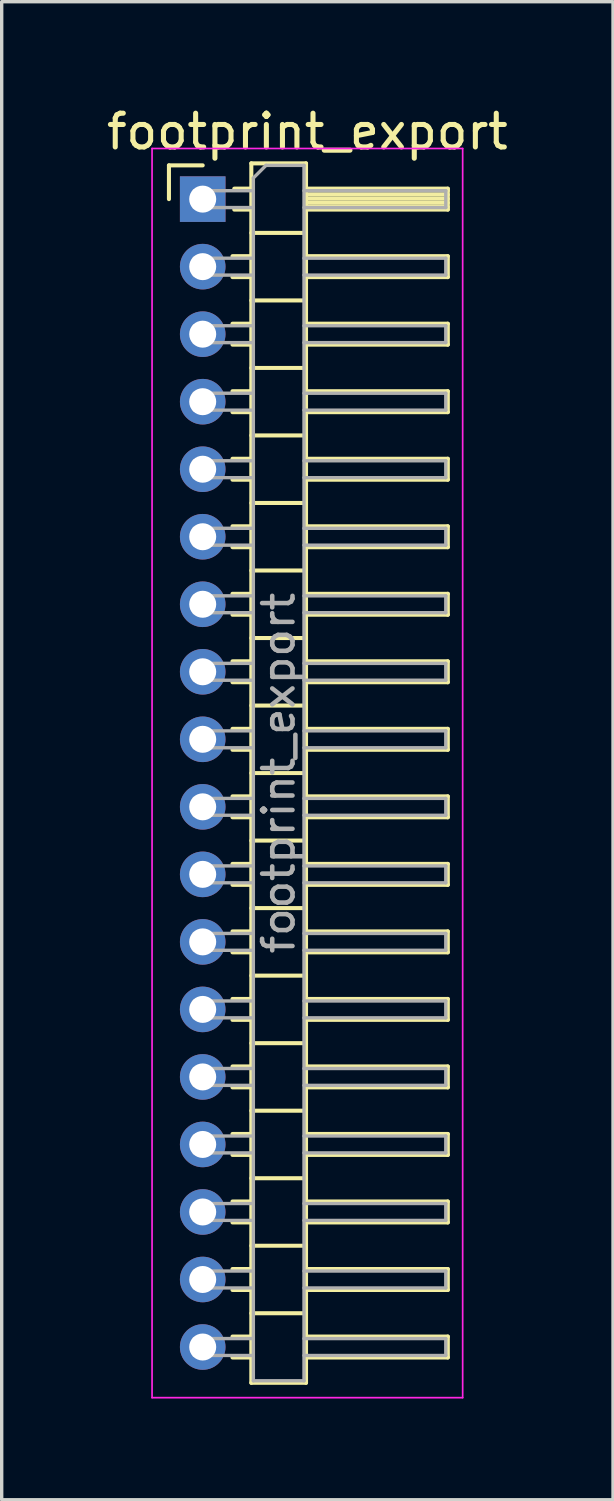
<source format=kicad_pcb>
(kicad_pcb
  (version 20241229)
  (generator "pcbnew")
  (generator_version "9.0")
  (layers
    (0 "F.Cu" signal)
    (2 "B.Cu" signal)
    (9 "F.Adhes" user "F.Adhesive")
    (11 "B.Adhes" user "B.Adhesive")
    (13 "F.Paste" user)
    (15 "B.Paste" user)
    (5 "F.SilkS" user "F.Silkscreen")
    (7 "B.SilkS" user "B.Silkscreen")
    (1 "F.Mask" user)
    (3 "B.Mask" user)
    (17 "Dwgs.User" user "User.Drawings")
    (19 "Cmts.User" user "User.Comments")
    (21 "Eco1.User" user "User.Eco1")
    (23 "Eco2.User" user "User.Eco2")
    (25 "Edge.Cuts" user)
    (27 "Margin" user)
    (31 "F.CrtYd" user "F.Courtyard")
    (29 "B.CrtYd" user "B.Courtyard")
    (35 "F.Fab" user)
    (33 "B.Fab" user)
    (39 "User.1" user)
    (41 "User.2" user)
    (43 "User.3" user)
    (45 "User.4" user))
  (footprint "footprint_export"
    (layer "F.Cu")
    (at 2.954 2.848)
    (property "Reference" "footprint_export" (at 3.1 -2 0) (layer "F.SilkS") (effects (font (size 1 1) (thickness 0.15))))
    (attr through_hole)
    (fp_line (start -1 -1) (end 0 -1) (stroke (width 0.12) (type solid)) (layer "F.SilkS"))
    (fp_line (start -1 0) (end -1 -1) (stroke (width 0.12) (type solid)) (layer "F.SilkS"))
    (fp_line (start 0.882 1.69) (end 1.44 1.69) (stroke (width 0.12) (type solid)) (layer "F.SilkS"))
    (fp_line (start 0.882 2.31) (end 1.44 2.31) (stroke (width 0.12) (type solid)) (layer "F.SilkS"))
    (fp_line (start 0.882 3.69) (end 1.44 3.69) (stroke (width 0.12) (type solid)) (layer "F.SilkS"))
    (fp_line (start 0.882 4.31) (end 1.44 4.31) (stroke (width 0.12) (type solid)) (layer "F.SilkS"))
    (fp_line (start 0.882 5.69) (end 1.44 5.69) (stroke (width 0.12) (type solid)) (layer "F.SilkS"))
    (fp_line (start 0.882 6.31) (end 1.44 6.31) (stroke (width 0.12) (type solid)) (layer "F.SilkS"))
    (fp_line (start 0.882 7.69) (end 1.44 7.69) (stroke (width 0.12) (type solid)) (layer "F.SilkS"))
    (fp_line (start 0.882 8.31) (end 1.44 8.31) (stroke (width 0.12) (type solid)) (layer "F.SilkS"))
    (fp_line (start 0.882 9.69) (end 1.44 9.69) (stroke (width 0.12) (type solid)) (layer "F.SilkS"))
    (fp_line (start 0.882 10.31) (end 1.44 10.31) (stroke (width 0.12) (type solid)) (layer "F.SilkS"))
    (fp_line (start 0.882 11.69) (end 1.44 11.69) (stroke (width 0.12) (type solid)) (layer "F.SilkS"))
    (fp_line (start 0.882 12.31) (end 1.44 12.31) (stroke (width 0.12) (type solid)) (layer "F.SilkS"))
    (fp_line (start 0.882 13.69) (end 1.44 13.69) (stroke (width 0.12) (type solid)) (layer "F.SilkS"))
    (fp_line (start 0.882 14.31) (end 1.44 14.31) (stroke (width 0.12) (type solid)) (layer "F.SilkS"))
    (fp_line (start 0.882 15.69) (end 1.44 15.69) (stroke (width 0.12) (type solid)) (layer "F.SilkS"))
    (fp_line (start 0.882 16.31) (end 1.44 16.31) (stroke (width 0.12) (type solid)) (layer "F.SilkS"))
    (fp_line (start 0.882 17.69) (end 1.44 17.69) (stroke (width 0.12) (type solid)) (layer "F.SilkS"))
    (fp_line (start 0.882 18.31) (end 1.44 18.31) (stroke (width 0.12) (type solid)) (layer "F.SilkS"))
    (fp_line (start 0.882 19.69) (end 1.44 19.69) (stroke (width 0.12) (type solid)) (layer "F.SilkS"))
    (fp_line (start 0.882 20.31) (end 1.44 20.31) (stroke (width 0.12) (type solid)) (layer "F.SilkS"))
    (fp_line (start 0.882 21.69) (end 1.44 21.69) (stroke (width 0.12) (type solid)) (layer "F.SilkS"))
    (fp_line (start 0.882 22.31) (end 1.44 22.31) (stroke (width 0.12) (type solid)) (layer "F.SilkS"))
    (fp_line (start 0.882 23.69) (end 1.44 23.69) (stroke (width 0.12) (type solid)) (layer "F.SilkS"))
    (fp_line (start 0.882 24.31) (end 1.44 24.31) (stroke (width 0.12) (type solid)) (layer "F.SilkS"))
    (fp_line (start 0.882 25.69) (end 1.44 25.69) (stroke (width 0.12) (type solid)) (layer "F.SilkS"))
    (fp_line (start 0.882 26.31) (end 1.44 26.31) (stroke (width 0.12) (type solid)) (layer "F.SilkS"))
    (fp_line (start 0.882 27.69) (end 1.44 27.69) (stroke (width 0.12) (type solid)) (layer "F.SilkS"))
    (fp_line (start 0.882 28.31) (end 1.44 28.31) (stroke (width 0.12) (type solid)) (layer "F.SilkS"))
    (fp_line (start 0.882 29.69) (end 1.44 29.69) (stroke (width 0.12) (type solid)) (layer "F.SilkS"))
    (fp_line (start 0.882 30.31) (end 1.44 30.31) (stroke (width 0.12) (type solid)) (layer "F.SilkS"))
    (fp_line (start 0.882 31.69) (end 1.44 31.69) (stroke (width 0.12) (type solid)) (layer "F.SilkS"))
    (fp_line (start 0.882 32.31) (end 1.44 32.31) (stroke (width 0.12) (type solid)) (layer "F.SilkS"))
    (fp_line (start 0.882 33.69) (end 1.44 33.69) (stroke (width 0.12) (type solid)) (layer "F.SilkS"))
    (fp_line (start 0.882 34.31) (end 1.44 34.31) (stroke (width 0.12) (type solid)) (layer "F.SilkS"))
    (fp_line (start 0.935 -0.31) (end 1.44 -0.31) (stroke (width 0.12) (type solid)) (layer "F.SilkS"))
    (fp_line (start 0.935 0.31) (end 1.44 0.31) (stroke (width 0.12) (type solid)) (layer "F.SilkS"))
    (fp_line (start 1.44 -1.06) (end 1.44 35.06) (stroke (width 0.12) (type solid)) (layer "F.SilkS"))
    (fp_line (start 1.44 1) (end 3.06 1) (stroke (width 0.12) (type solid)) (layer "F.SilkS"))
    (fp_line (start 1.44 3) (end 3.06 3) (stroke (width 0.12) (type solid)) (layer "F.SilkS"))
    (fp_line (start 1.44 5) (end 3.06 5) (stroke (width 0.12) (type solid)) (layer "F.SilkS"))
    (fp_line (start 1.44 7) (end 3.06 7) (stroke (width 0.12) (type solid)) (layer "F.SilkS"))
    (fp_line (start 1.44 9) (end 3.06 9) (stroke (width 0.12) (type solid)) (layer "F.SilkS"))
    (fp_line (start 1.44 11) (end 3.06 11) (stroke (width 0.12) (type solid)) (layer "F.SilkS"))
    (fp_line (start 1.44 13) (end 3.06 13) (stroke (width 0.12) (type solid)) (layer "F.SilkS"))
    (fp_line (start 1.44 15) (end 3.06 15) (stroke (width 0.12) (type solid)) (layer "F.SilkS"))
    (fp_line (start 1.44 17) (end 3.06 17) (stroke (width 0.12) (type solid)) (layer "F.SilkS"))
    (fp_line (start 1.44 19) (end 3.06 19) (stroke (width 0.12) (type solid)) (layer "F.SilkS"))
    (fp_line (start 1.44 21) (end 3.06 21) (stroke (width 0.12) (type solid)) (layer "F.SilkS"))
    (fp_line (start 1.44 23) (end 3.06 23) (stroke (width 0.12) (type solid)) (layer "F.SilkS"))
    (fp_line (start 1.44 25) (end 3.06 25) (stroke (width 0.12) (type solid)) (layer "F.SilkS"))
    (fp_line (start 1.44 27) (end 3.06 27) (stroke (width 0.12) (type solid)) (layer "F.SilkS"))
    (fp_line (start 1.44 29) (end 3.06 29) (stroke (width 0.12) (type solid)) (layer "F.SilkS"))
    (fp_line (start 1.44 31) (end 3.06 31) (stroke (width 0.12) (type solid)) (layer "F.SilkS"))
    (fp_line (start 1.44 33) (end 3.06 33) (stroke (width 0.12) (type solid)) (layer "F.SilkS"))
    (fp_line (start 1.44 35.06) (end 3.06 35.06) (stroke (width 0.12) (type solid)) (layer "F.SilkS"))
    (fp_line (start 3.06 -1.06) (end 1.44 -1.06) (stroke (width 0.12) (type solid)) (layer "F.SilkS"))
    (fp_line (start 3.06 -0.31) (end 7.26 -0.31) (stroke (width 0.12) (type solid)) (layer "F.SilkS"))
    (fp_line (start 3.06 -0.25) (end 7.26 -0.25) (stroke (width 0.12) (type solid)) (layer "F.SilkS"))
    (fp_line (start 3.06 -0.13) (end 7.26 -0.13) (stroke (width 0.12) (type solid)) (layer "F.SilkS"))
    (fp_line (start 3.06 -0.01) (end 7.26 -0.01) (stroke (width 0.12) (type solid)) (layer "F.SilkS"))
    (fp_line (start 3.06 0.11) (end 7.26 0.11) (stroke (width 0.12) (type solid)) (layer "F.SilkS"))
    (fp_line (start 3.06 0.23) (end 7.26 0.23) (stroke (width 0.12) (type solid)) (layer "F.SilkS"))
    (fp_line (start 3.06 1.69) (end 7.26 1.69) (stroke (width 0.12) (type solid)) (layer "F.SilkS"))
    (fp_line (start 3.06 3.69) (end 7.26 3.69) (stroke (width 0.12) (type solid)) (layer "F.SilkS"))
    (fp_line (start 3.06 5.69) (end 7.26 5.69) (stroke (width 0.12) (type solid)) (layer "F.SilkS"))
    (fp_line (start 3.06 7.69) (end 7.26 7.69) (stroke (width 0.12) (type solid)) (layer "F.SilkS"))
    (fp_line (start 3.06 9.69) (end 7.26 9.69) (stroke (width 0.12) (type solid)) (layer "F.SilkS"))
    (fp_line (start 3.06 11.69) (end 7.26 11.69) (stroke (width 0.12) (type solid)) (layer "F.SilkS"))
    (fp_line (start 3.06 13.69) (end 7.26 13.69) (stroke (width 0.12) (type solid)) (layer "F.SilkS"))
    (fp_line (start 3.06 15.69) (end 7.26 15.69) (stroke (width 0.12) (type solid)) (layer "F.SilkS"))
    (fp_line (start 3.06 17.69) (end 7.26 17.69) (stroke (width 0.12) (type solid)) (layer "F.SilkS"))
    (fp_line (start 3.06 19.69) (end 7.26 19.69) (stroke (width 0.12) (type solid)) (layer "F.SilkS"))
    (fp_line (start 3.06 21.69) (end 7.26 21.69) (stroke (width 0.12) (type solid)) (layer "F.SilkS"))
    (fp_line (start 3.06 23.69) (end 7.26 23.69) (stroke (width 0.12) (type solid)) (layer "F.SilkS"))
    (fp_line (start 3.06 25.69) (end 7.26 25.69) (stroke (width 0.12) (type solid)) (layer "F.SilkS"))
    (fp_line (start 3.06 27.69) (end 7.26 27.69) (stroke (width 0.12) (type solid)) (layer "F.SilkS"))
    (fp_line (start 3.06 29.69) (end 7.26 29.69) (stroke (width 0.12) (type solid)) (layer "F.SilkS"))
    (fp_line (start 3.06 31.69) (end 7.26 31.69) (stroke (width 0.12) (type solid)) (layer "F.SilkS"))
    (fp_line (start 3.06 33.69) (end 7.26 33.69) (stroke (width 0.12) (type solid)) (layer "F.SilkS"))
    (fp_line (start 3.06 35.06) (end 3.06 -1.06) (stroke (width 0.12) (type solid)) (layer "F.SilkS"))
    (fp_line (start 7.26 -0.31) (end 7.26 0.31) (stroke (width 0.12) (type solid)) (layer "F.SilkS"))
    (fp_line (start 7.26 0.31) (end 3.06 0.31) (stroke (width 0.12) (type solid)) (layer "F.SilkS"))
    (fp_line (start 7.26 1.69) (end 7.26 2.31) (stroke (width 0.12) (type solid)) (layer "F.SilkS"))
    (fp_line (start 7.26 2.31) (end 3.06 2.31) (stroke (width 0.12) (type solid)) (layer "F.SilkS"))
    (fp_line (start 7.26 3.69) (end 7.26 4.31) (stroke (width 0.12) (type solid)) (layer "F.SilkS"))
    (fp_line (start 7.26 4.31) (end 3.06 4.31) (stroke (width 0.12) (type solid)) (layer "F.SilkS"))
    (fp_line (start 7.26 5.69) (end 7.26 6.31) (stroke (width 0.12) (type solid)) (layer "F.SilkS"))
    (fp_line (start 7.26 6.31) (end 3.06 6.31) (stroke (width 0.12) (type solid)) (layer "F.SilkS"))
    (fp_line (start 7.26 7.69) (end 7.26 8.31) (stroke (width 0.12) (type solid)) (layer "F.SilkS"))
    (fp_line (start 7.26 8.31) (end 3.06 8.31) (stroke (width 0.12) (type solid)) (layer "F.SilkS"))
    (fp_line (start 7.26 9.69) (end 7.26 10.31) (stroke (width 0.12) (type solid)) (layer "F.SilkS"))
    (fp_line (start 7.26 10.31) (end 3.06 10.31) (stroke (width 0.12) (type solid)) (layer "F.SilkS"))
    (fp_line (start 7.26 11.69) (end 7.26 12.31) (stroke (width 0.12) (type solid)) (layer "F.SilkS"))
    (fp_line (start 7.26 12.31) (end 3.06 12.31) (stroke (width 0.12) (type solid)) (layer "F.SilkS"))
    (fp_line (start 7.26 13.69) (end 7.26 14.31) (stroke (width 0.12) (type solid)) (layer "F.SilkS"))
    (fp_line (start 7.26 14.31) (end 3.06 14.31) (stroke (width 0.12) (type solid)) (layer "F.SilkS"))
    (fp_line (start 7.26 15.69) (end 7.26 16.31) (stroke (width 0.12) (type solid)) (layer "F.SilkS"))
    (fp_line (start 7.26 16.31) (end 3.06 16.31) (stroke (width 0.12) (type solid)) (layer "F.SilkS"))
    (fp_line (start 7.26 17.69) (end 7.26 18.31) (stroke (width 0.12) (type solid)) (layer "F.SilkS"))
    (fp_line (start 7.26 18.31) (end 3.06 18.31) (stroke (width 0.12) (type solid)) (layer "F.SilkS"))
    (fp_line (start 7.26 19.69) (end 7.26 20.31) (stroke (width 0.12) (type solid)) (layer "F.SilkS"))
    (fp_line (start 7.26 20.31) (end 3.06 20.31) (stroke (width 0.12) (type solid)) (layer "F.SilkS"))
    (fp_line (start 7.26 21.69) (end 7.26 22.31) (stroke (width 0.12) (type solid)) (layer "F.SilkS"))
    (fp_line (start 7.26 22.31) (end 3.06 22.31) (stroke (width 0.12) (type solid)) (layer "F.SilkS"))
    (fp_line (start 7.26 23.69) (end 7.26 24.31) (stroke (width 0.12) (type solid)) (layer "F.SilkS"))
    (fp_line (start 7.26 24.31) (end 3.06 24.31) (stroke (width 0.12) (type solid)) (layer "F.SilkS"))
    (fp_line (start 7.26 25.69) (end 7.26 26.31) (stroke (width 0.12) (type solid)) (layer "F.SilkS"))
    (fp_line (start 7.26 26.31) (end 3.06 26.31) (stroke (width 0.12) (type solid)) (layer "F.SilkS"))
    (fp_line (start 7.26 27.69) (end 7.26 28.31) (stroke (width 0.12) (type solid)) (layer "F.SilkS"))
    (fp_line (start 7.26 28.31) (end 3.06 28.31) (stroke (width 0.12) (type solid)) (layer "F.SilkS"))
    (fp_line (start 7.26 29.69) (end 7.26 30.31) (stroke (width 0.12) (type solid)) (layer "F.SilkS"))
    (fp_line (start 7.26 30.31) (end 3.06 30.31) (stroke (width 0.12) (type solid)) (layer "F.SilkS"))
    (fp_line (start 7.26 31.69) (end 7.26 32.31) (stroke (width 0.12) (type solid)) (layer "F.SilkS"))
    (fp_line (start 7.26 32.31) (end 3.06 32.31) (stroke (width 0.12) (type solid)) (layer "F.SilkS"))
    (fp_line (start 7.26 33.69) (end 7.26 34.31) (stroke (width 0.12) (type solid)) (layer "F.SilkS"))
    (fp_line (start 7.26 34.31) (end 3.06 34.31) (stroke (width 0.12) (type solid)) (layer "F.SilkS"))
    (fp_line (start -1.5 -1.5) (end -1.5 35.5) (stroke (width 0.05) (type solid)) (layer "F.CrtYd"))
    (fp_line (start -1.5 35.5) (end 7.7 35.5) (stroke (width 0.05) (type solid)) (layer "F.CrtYd"))
    (fp_line (start 7.7 -1.5) (end -1.5 -1.5) (stroke (width 0.05) (type solid)) (layer "F.CrtYd"))
    (fp_line (start 7.7 35.5) (end 7.7 -1.5) (stroke (width 0.05) (type solid)) (layer "F.CrtYd"))
    (fp_line (start -0.25 -0.25) (end -0.25 0.25) (stroke (width 0.1) (type solid)) (layer "F.Fab"))
    (fp_line (start -0.25 -0.25) (end 1.5 -0.25) (stroke (width 0.1) (type solid)) (layer "F.Fab"))
    (fp_line (start -0.25 0.25) (end 1.5 0.25) (stroke (width 0.1) (type solid)) (layer "F.Fab"))
    (fp_line (start -0.25 1.75) (end -0.25 2.25) (stroke (width 0.1) (type solid)) (layer "F.Fab"))
    (fp_line (start -0.25 1.75) (end 1.5 1.75) (stroke (width 0.1) (type solid)) (layer "F.Fab"))
    (fp_line (start -0.25 2.25) (end 1.5 2.25) (stroke (width 0.1) (type solid)) (layer "F.Fab"))
    (fp_line (start -0.25 3.75) (end -0.25 4.25) (stroke (width 0.1) (type solid)) (layer "F.Fab"))
    (fp_line (start -0.25 3.75) (end 1.5 3.75) (stroke (width 0.1) (type solid)) (layer "F.Fab"))
    (fp_line (start -0.25 4.25) (end 1.5 4.25) (stroke (width 0.1) (type solid)) (layer "F.Fab"))
    (fp_line (start -0.25 5.75) (end -0.25 6.25) (stroke (width 0.1) (type solid)) (layer "F.Fab"))
    (fp_line (start -0.25 5.75) (end 1.5 5.75) (stroke (width 0.1) (type solid)) (layer "F.Fab"))
    (fp_line (start -0.25 6.25) (end 1.5 6.25) (stroke (width 0.1) (type solid)) (layer "F.Fab"))
    (fp_line (start -0.25 7.75) (end -0.25 8.25) (stroke (width 0.1) (type solid)) (layer "F.Fab"))
    (fp_line (start -0.25 7.75) (end 1.5 7.75) (stroke (width 0.1) (type solid)) (layer "F.Fab"))
    (fp_line (start -0.25 8.25) (end 1.5 8.25) (stroke (width 0.1) (type solid)) (layer "F.Fab"))
    (fp_line (start -0.25 9.75) (end -0.25 10.25) (stroke (width 0.1) (type solid)) (layer "F.Fab"))
    (fp_line (start -0.25 9.75) (end 1.5 9.75) (stroke (width 0.1) (type solid)) (layer "F.Fab"))
    (fp_line (start -0.25 10.25) (end 1.5 10.25) (stroke (width 0.1) (type solid)) (layer "F.Fab"))
    (fp_line (start -0.25 11.75) (end -0.25 12.25) (stroke (width 0.1) (type solid)) (layer "F.Fab"))
    (fp_line (start -0.25 11.75) (end 1.5 11.75) (stroke (width 0.1) (type solid)) (layer "F.Fab"))
    (fp_line (start -0.25 12.25) (end 1.5 12.25) (stroke (width 0.1) (type solid)) (layer "F.Fab"))
    (fp_line (start -0.25 13.75) (end -0.25 14.25) (stroke (width 0.1) (type solid)) (layer "F.Fab"))
    (fp_line (start -0.25 13.75) (end 1.5 13.75) (stroke (width 0.1) (type solid)) (layer "F.Fab"))
    (fp_line (start -0.25 14.25) (end 1.5 14.25) (stroke (width 0.1) (type solid)) (layer "F.Fab"))
    (fp_line (start -0.25 15.75) (end -0.25 16.25) (stroke (width 0.1) (type solid)) (layer "F.Fab"))
    (fp_line (start -0.25 15.75) (end 1.5 15.75) (stroke (width 0.1) (type solid)) (layer "F.Fab"))
    (fp_line (start -0.25 16.25) (end 1.5 16.25) (stroke (width 0.1) (type solid)) (layer "F.Fab"))
    (fp_line (start -0.25 17.75) (end -0.25 18.25) (stroke (width 0.1) (type solid)) (layer "F.Fab"))
    (fp_line (start -0.25 17.75) (end 1.5 17.75) (stroke (width 0.1) (type solid)) (layer "F.Fab"))
    (fp_line (start -0.25 18.25) (end 1.5 18.25) (stroke (width 0.1) (type solid)) (layer "F.Fab"))
    (fp_line (start -0.25 19.75) (end -0.25 20.25) (stroke (width 0.1) (type solid)) (layer "F.Fab"))
    (fp_line (start -0.25 19.75) (end 1.5 19.75) (stroke (width 0.1) (type solid)) (layer "F.Fab"))
    (fp_line (start -0.25 20.25) (end 1.5 20.25) (stroke (width 0.1) (type solid)) (layer "F.Fab"))
    (fp_line (start -0.25 21.75) (end -0.25 22.25) (stroke (width 0.1) (type solid)) (layer "F.Fab"))
    (fp_line (start -0.25 21.75) (end 1.5 21.75) (stroke (width 0.1) (type solid)) (layer "F.Fab"))
    (fp_line (start -0.25 22.25) (end 1.5 22.25) (stroke (width 0.1) (type solid)) (layer "F.Fab"))
    (fp_line (start -0.25 23.75) (end -0.25 24.25) (stroke (width 0.1) (type solid)) (layer "F.Fab"))
    (fp_line (start -0.25 23.75) (end 1.5 23.75) (stroke (width 0.1) (type solid)) (layer "F.Fab"))
    (fp_line (start -0.25 24.25) (end 1.5 24.25) (stroke (width 0.1) (type solid)) (layer "F.Fab"))
    (fp_line (start -0.25 25.75) (end -0.25 26.25) (stroke (width 0.1) (type solid)) (layer "F.Fab"))
    (fp_line (start -0.25 25.75) (end 1.5 25.75) (stroke (width 0.1) (type solid)) (layer "F.Fab"))
    (fp_line (start -0.25 26.25) (end 1.5 26.25) (stroke (width 0.1) (type solid)) (layer "F.Fab"))
    (fp_line (start -0.25 27.75) (end -0.25 28.25) (stroke (width 0.1) (type solid)) (layer "F.Fab"))
    (fp_line (start -0.25 27.75) (end 1.5 27.75) (stroke (width 0.1) (type solid)) (layer "F.Fab"))
    (fp_line (start -0.25 28.25) (end 1.5 28.25) (stroke (width 0.1) (type solid)) (layer "F.Fab"))
    (fp_line (start -0.25 29.75) (end -0.25 30.25) (stroke (width 0.1) (type solid)) (layer "F.Fab"))
    (fp_line (start -0.25 29.75) (end 1.5 29.75) (stroke (width 0.1) (type solid)) (layer "F.Fab"))
    (fp_line (start -0.25 30.25) (end 1.5 30.25) (stroke (width 0.1) (type solid)) (layer "F.Fab"))
    (fp_line (start -0.25 31.75) (end -0.25 32.25) (stroke (width 0.1) (type solid)) (layer "F.Fab"))
    (fp_line (start -0.25 31.75) (end 1.5 31.75) (stroke (width 0.1) (type solid)) (layer "F.Fab"))
    (fp_line (start -0.25 32.25) (end 1.5 32.25) (stroke (width 0.1) (type solid)) (layer "F.Fab"))
    (fp_line (start -0.25 33.75) (end -0.25 34.25) (stroke (width 0.1) (type solid)) (layer "F.Fab"))
    (fp_line (start -0.25 33.75) (end 1.5 33.75) (stroke (width 0.1) (type solid)) (layer "F.Fab"))
    (fp_line (start -0.25 34.25) (end 1.5 34.25) (stroke (width 0.1) (type solid)) (layer "F.Fab"))
    (fp_line (start 1.5 -0.625) (end 1.875 -1) (stroke (width 0.1) (type solid)) (layer "F.Fab"))
    (fp_line (start 1.5 35) (end 1.5 -0.625) (stroke (width 0.1) (type solid)) (layer "F.Fab"))
    (fp_line (start 1.875 -1) (end 3 -1) (stroke (width 0.1) (type solid)) (layer "F.Fab"))
    (fp_line (start 3 -1) (end 3 35) (stroke (width 0.1) (type solid)) (layer "F.Fab"))
    (fp_line (start 3 -0.25) (end 7.2 -0.25) (stroke (width 0.1) (type solid)) (layer "F.Fab"))
    (fp_line (start 3 0.25) (end 7.2 0.25) (stroke (width 0.1) (type solid)) (layer "F.Fab"))
    (fp_line (start 3 1.75) (end 7.2 1.75) (stroke (width 0.1) (type solid)) (layer "F.Fab"))
    (fp_line (start 3 2.25) (end 7.2 2.25) (stroke (width 0.1) (type solid)) (layer "F.Fab"))
    (fp_line (start 3 3.75) (end 7.2 3.75) (stroke (width 0.1) (type solid)) (layer "F.Fab"))
    (fp_line (start 3 4.25) (end 7.2 4.25) (stroke (width 0.1) (type solid)) (layer "F.Fab"))
    (fp_line (start 3 5.75) (end 7.2 5.75) (stroke (width 0.1) (type solid)) (layer "F.Fab"))
    (fp_line (start 3 6.25) (end 7.2 6.25) (stroke (width 0.1) (type solid)) (layer "F.Fab"))
    (fp_line (start 3 7.75) (end 7.2 7.75) (stroke (width 0.1) (type solid)) (layer "F.Fab"))
    (fp_line (start 3 8.25) (end 7.2 8.25) (stroke (width 0.1) (type solid)) (layer "F.Fab"))
    (fp_line (start 3 9.75) (end 7.2 9.75) (stroke (width 0.1) (type solid)) (layer "F.Fab"))
    (fp_line (start 3 10.25) (end 7.2 10.25) (stroke (width 0.1) (type solid)) (layer "F.Fab"))
    (fp_line (start 3 11.75) (end 7.2 11.75) (stroke (width 0.1) (type solid)) (layer "F.Fab"))
    (fp_line (start 3 12.25) (end 7.2 12.25) (stroke (width 0.1) (type solid)) (layer "F.Fab"))
    (fp_line (start 3 13.75) (end 7.2 13.75) (stroke (width 0.1) (type solid)) (layer "F.Fab"))
    (fp_line (start 3 14.25) (end 7.2 14.25) (stroke (width 0.1) (type solid)) (layer "F.Fab"))
    (fp_line (start 3 15.75) (end 7.2 15.75) (stroke (width 0.1) (type solid)) (layer "F.Fab"))
    (fp_line (start 3 16.25) (end 7.2 16.25) (stroke (width 0.1) (type solid)) (layer "F.Fab"))
    (fp_line (start 3 17.75) (end 7.2 17.75) (stroke (width 0.1) (type solid)) (layer "F.Fab"))
    (fp_line (start 3 18.25) (end 7.2 18.25) (stroke (width 0.1) (type solid)) (layer "F.Fab"))
    (fp_line (start 3 19.75) (end 7.2 19.75) (stroke (width 0.1) (type solid)) (layer "F.Fab"))
    (fp_line (start 3 20.25) (end 7.2 20.25) (stroke (width 0.1) (type solid)) (layer "F.Fab"))
    (fp_line (start 3 21.75) (end 7.2 21.75) (stroke (width 0.1) (type solid)) (layer "F.Fab"))
    (fp_line (start 3 22.25) (end 7.2 22.25) (stroke (width 0.1) (type solid)) (layer "F.Fab"))
    (fp_line (start 3 23.75) (end 7.2 23.75) (stroke (width 0.1) (type solid)) (layer "F.Fab"))
    (fp_line (start 3 24.25) (end 7.2 24.25) (stroke (width 0.1) (type solid)) (layer "F.Fab"))
    (fp_line (start 3 25.75) (end 7.2 25.75) (stroke (width 0.1) (type solid)) (layer "F.Fab"))
    (fp_line (start 3 26.25) (end 7.2 26.25) (stroke (width 0.1) (type solid)) (layer "F.Fab"))
    (fp_line (start 3 27.75) (end 7.2 27.75) (stroke (width 0.1) (type solid)) (layer "F.Fab"))
    (fp_line (start 3 28.25) (end 7.2 28.25) (stroke (width 0.1) (type solid)) (layer "F.Fab"))
    (fp_line (start 3 29.75) (end 7.2 29.75) (stroke (width 0.1) (type solid)) (layer "F.Fab"))
    (fp_line (start 3 30.25) (end 7.2 30.25) (stroke (width 0.1) (type solid)) (layer "F.Fab"))
    (fp_line (start 3 31.75) (end 7.2 31.75) (stroke (width 0.1) (type solid)) (layer "F.Fab"))
    (fp_line (start 3 32.25) (end 7.2 32.25) (stroke (width 0.1) (type solid)) (layer "F.Fab"))
    (fp_line (start 3 33.75) (end 7.2 33.75) (stroke (width 0.1) (type solid)) (layer "F.Fab"))
    (fp_line (start 3 34.25) (end 7.2 34.25) (stroke (width 0.1) (type solid)) (layer "F.Fab"))
    (fp_line (start 3 35) (end 1.5 35) (stroke (width 0.1) (type solid)) (layer "F.Fab"))
    (fp_line (start 7.2 -0.25) (end 7.2 0.25) (stroke (width 0.1) (type solid)) (layer "F.Fab"))
    (fp_line (start 7.2 1.75) (end 7.2 2.25) (stroke (width 0.1) (type solid)) (layer "F.Fab"))
    (fp_line (start 7.2 3.75) (end 7.2 4.25) (stroke (width 0.1) (type solid)) (layer "F.Fab"))
    (fp_line (start 7.2 5.75) (end 7.2 6.25) (stroke (width 0.1) (type solid)) (layer "F.Fab"))
    (fp_line (start 7.2 7.75) (end 7.2 8.25) (stroke (width 0.1) (type solid)) (layer "F.Fab"))
    (fp_line (start 7.2 9.75) (end 7.2 10.25) (stroke (width 0.1) (type solid)) (layer "F.Fab"))
    (fp_line (start 7.2 11.75) (end 7.2 12.25) (stroke (width 0.1) (type solid)) (layer "F.Fab"))
    (fp_line (start 7.2 13.75) (end 7.2 14.25) (stroke (width 0.1) (type solid)) (layer "F.Fab"))
    (fp_line (start 7.2 15.75) (end 7.2 16.25) (stroke (width 0.1) (type solid)) (layer "F.Fab"))
    (fp_line (start 7.2 17.75) (end 7.2 18.25) (stroke (width 0.1) (type solid)) (layer "F.Fab"))
    (fp_line (start 7.2 19.75) (end 7.2 20.25) (stroke (width 0.1) (type solid)) (layer "F.Fab"))
    (fp_line (start 7.2 21.75) (end 7.2 22.25) (stroke (width 0.1) (type solid)) (layer "F.Fab"))
    (fp_line (start 7.2 23.75) (end 7.2 24.25) (stroke (width 0.1) (type solid)) (layer "F.Fab"))
    (fp_line (start 7.2 25.75) (end 7.2 26.25) (stroke (width 0.1) (type solid)) (layer "F.Fab"))
    (fp_line (start 7.2 27.75) (end 7.2 28.25) (stroke (width 0.1) (type solid)) (layer "F.Fab"))
    (fp_line (start 7.2 29.75) (end 7.2 30.25) (stroke (width 0.1) (type solid)) (layer "F.Fab"))
    (fp_line (start 7.2 31.75) (end 7.2 32.25) (stroke (width 0.1) (type solid)) (layer "F.Fab"))
    (fp_line (start 7.2 33.75) (end 7.2 34.25) (stroke (width 0.1) (type solid)) (layer "F.Fab"))
    (fp_text user "${REFERENCE}" (at 2.25 17 90) (layer "F.Fab") (effects (font (size 0.9 0.9) (thickness 0.135))))
    (pad "1" thru_hole rect (at 0 0) (size 1.35 1.35) (drill 0.8) (layers "*.Cu" "*.Mask"))
    (pad "2" thru_hole oval (at 0 2) (size 1.35 1.35) (drill 0.8) (layers "*.Cu" "*.Mask"))
    (pad "3" thru_hole oval (at 0 4) (size 1.35 1.35) (drill 0.8) (layers "*.Cu" "*.Mask"))
    (pad "4" thru_hole oval (at 0 6) (size 1.35 1.35) (drill 0.8) (layers "*.Cu" "*.Mask"))
    (pad "5" thru_hole oval (at 0 8) (size 1.35 1.35) (drill 0.8) (layers "*.Cu" "*.Mask"))
    (pad "6" thru_hole oval (at 0 10) (size 1.35 1.35) (drill 0.8) (layers "*.Cu" "*.Mask"))
    (pad "7" thru_hole oval (at 0 12) (size 1.35 1.35) (drill 0.8) (layers "*.Cu" "*.Mask"))
    (pad "8" thru_hole oval (at 0 14) (size 1.35 1.35) (drill 0.8) (layers "*.Cu" "*.Mask"))
    (pad "9" thru_hole oval (at 0 16) (size 1.35 1.35) (drill 0.8) (layers "*.Cu" "*.Mask"))
    (pad "10" thru_hole oval (at 0 18) (size 1.35 1.35) (drill 0.8) (layers "*.Cu" "*.Mask"))
    (pad "11" thru_hole oval (at 0 20) (size 1.35 1.35) (drill 0.8) (layers "*.Cu" "*.Mask"))
    (pad "12" thru_hole oval (at 0 22) (size 1.35 1.35) (drill 0.8) (layers "*.Cu" "*.Mask"))
    (pad "13" thru_hole oval (at 0 24) (size 1.35 1.35) (drill 0.8) (layers "*.Cu" "*.Mask"))
    (pad "14" thru_hole oval (at 0 26) (size 1.35 1.35) (drill 0.8) (layers "*.Cu" "*.Mask"))
    (pad "15" thru_hole oval (at 0 28) (size 1.35 1.35) (drill 0.8) (layers "*.Cu" "*.Mask"))
    (pad "16" thru_hole oval (at 0 30) (size 1.35 1.35) (drill 0.8) (layers "*.Cu" "*.Mask"))
    (pad "17" thru_hole oval (at 0 32) (size 1.35 1.35) (drill 0.8) (layers "*.Cu" "*.Mask"))
    (pad "18" thru_hole oval (at 0 34) (size 1.35 1.35) (drill 0.8) (layers "*.Cu" "*.Mask")))
  (gr_rect
    (start -3 -3)
    (end 15.107 41.373)
    (stroke (width 0.1) (type default))
    (fill no)
    (layer "Edge.Cuts")))
</source>
